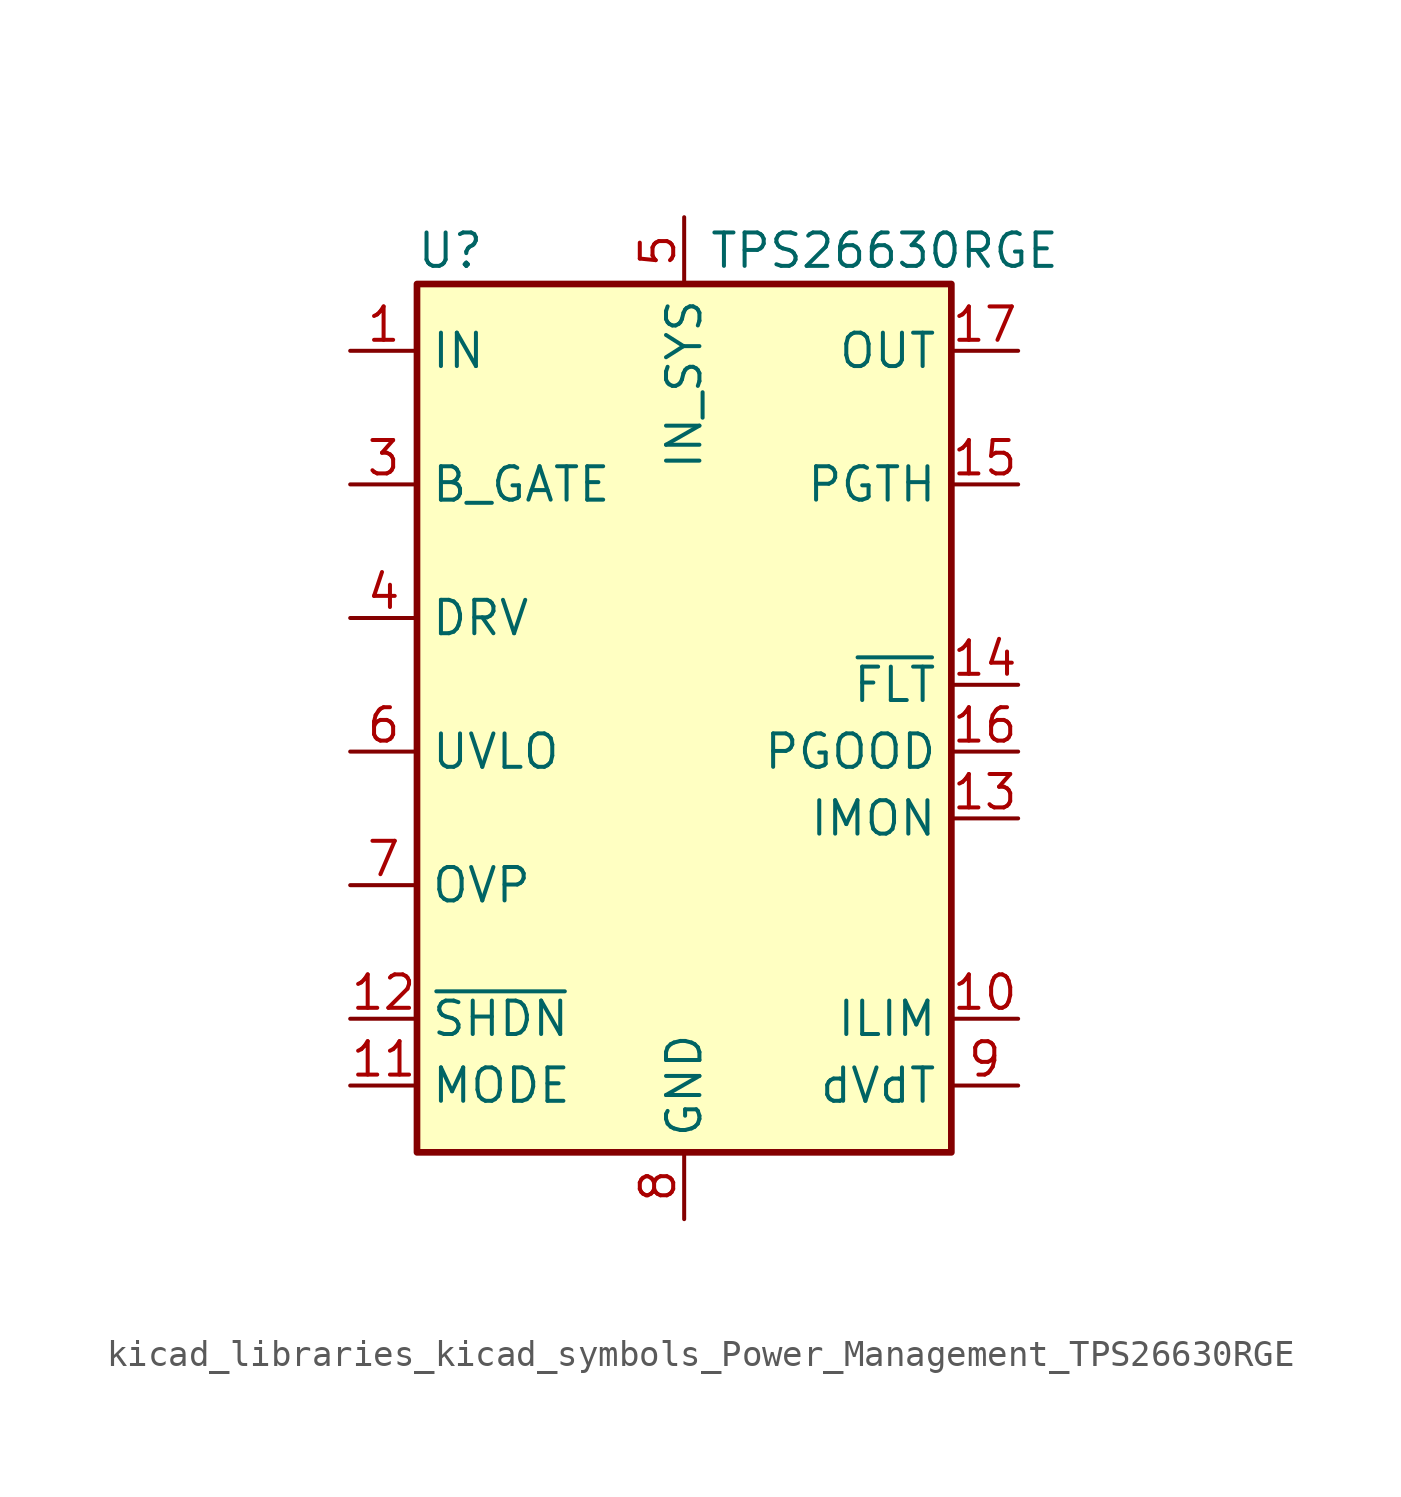
<source format=kicad_sym>
(kicad_symbol_lib
  (version 20220914)
  (generator kicad_symbol_editor)
  (symbol "kicad_libraries_kicad_symbols_Power_Management_TPS26630RGE"
    (property "Reference" "U"
      (at -8.89 16.51 0)
      (effects (font (size 1.27 1.27))))
    (property "Value" "TPS26630RGE"
      (at 7.62 16.51 0)
      (effects (font (size 1.27 1.27))))
    (symbol "kicad_libraries_kicad_symbols_Power_Management_TPS26630RGE_0_1"
      (rectangle (start -10.16 15.24) (end 10.16 -17.78) (stroke (width 0.254) (type default)) (fill (type background))))
    (symbol "kicad_libraries_kicad_symbols_Power_Management_TPS26630RGE_1_1"
      (pin power_in line (at -12.7 12.7 0) (length 2.54) (name "IN" (effects (font (size 1.27 1.27)))) (number "1" (effects (font (size 1.27 1.27)))))
      (pin passive line (at 12.7 -12.7 180) (length 2.54) (name "ILIM" (effects (font (size 1.27 1.27)))) (number "10" (effects (font (size 1.27 1.27)))))
      (pin input line (at -12.7 -15.24 0) (length 2.54) (name "MODE" (effects (font (size 1.27 1.27)))) (number "11" (effects (font (size 1.27 1.27)))))
      (pin input line (at -12.7 -12.7 0) (length 2.54) (name "~{SHDN}" (effects (font (size 1.27 1.27)))) (number "12" (effects (font (size 1.27 1.27)))))
      (pin output line (at 12.7 -5.08 180) (length 2.54) (name "IMON" (effects (font (size 1.27 1.27)))) (number "13" (effects (font (size 1.27 1.27)))))
      (pin open_collector line (at 12.7 0 180) (length 2.54) (name "~{FLT}" (effects (font (size 1.27 1.27)))) (number "14" (effects (font (size 1.27 1.27)))))
      (pin input line (at 12.7 7.62 180) (length 2.54) (name "PGTH" (effects (font (size 1.27 1.27)))) (number "15" (effects (font (size 1.27 1.27)))))
      (pin output line (at 12.7 -2.54 180) (length 2.54) (name "PGOOD" (effects (font (size 1.27 1.27)))) (number "16" (effects (font (size 1.27 1.27)))))
      (pin power_out line (at 12.7 12.7 180) (length 2.54) (name "OUT" (effects (font (size 1.27 1.27)))) (number "17" (effects (font (size 1.27 1.27)))))
      (pin passive line (at 12.7 12.7 180) (length 2.54) hide (name "OUT" (effects (font (size 1.27 1.27)))) (number "18" (effects (font (size 1.27 1.27)))))
      (pin no_connect line (at -10.16 10.16 0) (length 2.54) hide (name "NC" (effects (font (size 1.27 1.27)))) (number "19" (effects (font (size 1.27 1.27)))))
      (pin passive line (at -12.7 12.7 0) (length 2.54) hide (name "IN" (effects (font (size 1.27 1.27)))) (number "2" (effects (font (size 1.27 1.27)))))
      (pin no_connect line (at -10.16 5.08 0) (length 2.54) hide (name "NC" (effects (font (size 1.27 1.27)))) (number "20" (effects (font (size 1.27 1.27)))))
      (pin no_connect line (at -10.16 0 0) (length 2.54) hide (name "NC" (effects (font (size 1.27 1.27)))) (number "21" (effects (font (size 1.27 1.27)))))
      (pin no_connect line (at 10.16 10.16 180) (length 2.54) hide (name "NC" (effects (font (size 1.27 1.27)))) (number "22" (effects (font (size 1.27 1.27)))))
      (pin no_connect line (at 10.16 5.08 180) (length 2.54) hide (name "NC" (effects (font (size 1.27 1.27)))) (number "23" (effects (font (size 1.27 1.27)))))
      (pin no_connect line (at 10.16 2.54 180) (length 2.54) hide (name "NC" (effects (font (size 1.27 1.27)))) (number "24" (effects (font (size 1.27 1.27)))))
      (pin passive line (at 0 -20.32 90) (length 2.54) hide (name "GND" (effects (font (size 1.27 1.27)))) (number "25" (effects (font (size 1.27 1.27)))))
      (pin output line (at -12.7 7.62 0) (length 2.54) (name "B_GATE" (effects (font (size 1.27 1.27)))) (number "3" (effects (font (size 1.27 1.27)))))
      (pin output line (at -12.7 2.54 0) (length 2.54) (name "DRV" (effects (font (size 1.27 1.27)))) (number "4" (effects (font (size 1.27 1.27)))))
      (pin power_in line (at 0 17.78 270) (length 2.54) (name "IN_SYS" (effects (font (size 1.27 1.27)))) (number "5" (effects (font (size 1.27 1.27)))))
      (pin input line (at -12.7 -2.54 0) (length 2.54) (name "UVLO" (effects (font (size 1.27 1.27)))) (number "6" (effects (font (size 1.27 1.27)))))
      (pin input line (at -12.7 -7.62 0) (length 2.54) (name "OVP" (effects (font (size 1.27 1.27)))) (number "7" (effects (font (size 1.27 1.27)))))
      (pin power_in line (at 0 -20.32 90) (length 2.54) (name "GND" (effects (font (size 1.27 1.27)))) (number "8" (effects (font (size 1.27 1.27)))))
      (pin passive line (at 12.7 -15.24 180) (length 2.54) (name "dVdT" (effects (font (size 1.27 1.27)))) (number "9" (effects (font (size 1.27 1.27))))))))
</source>
